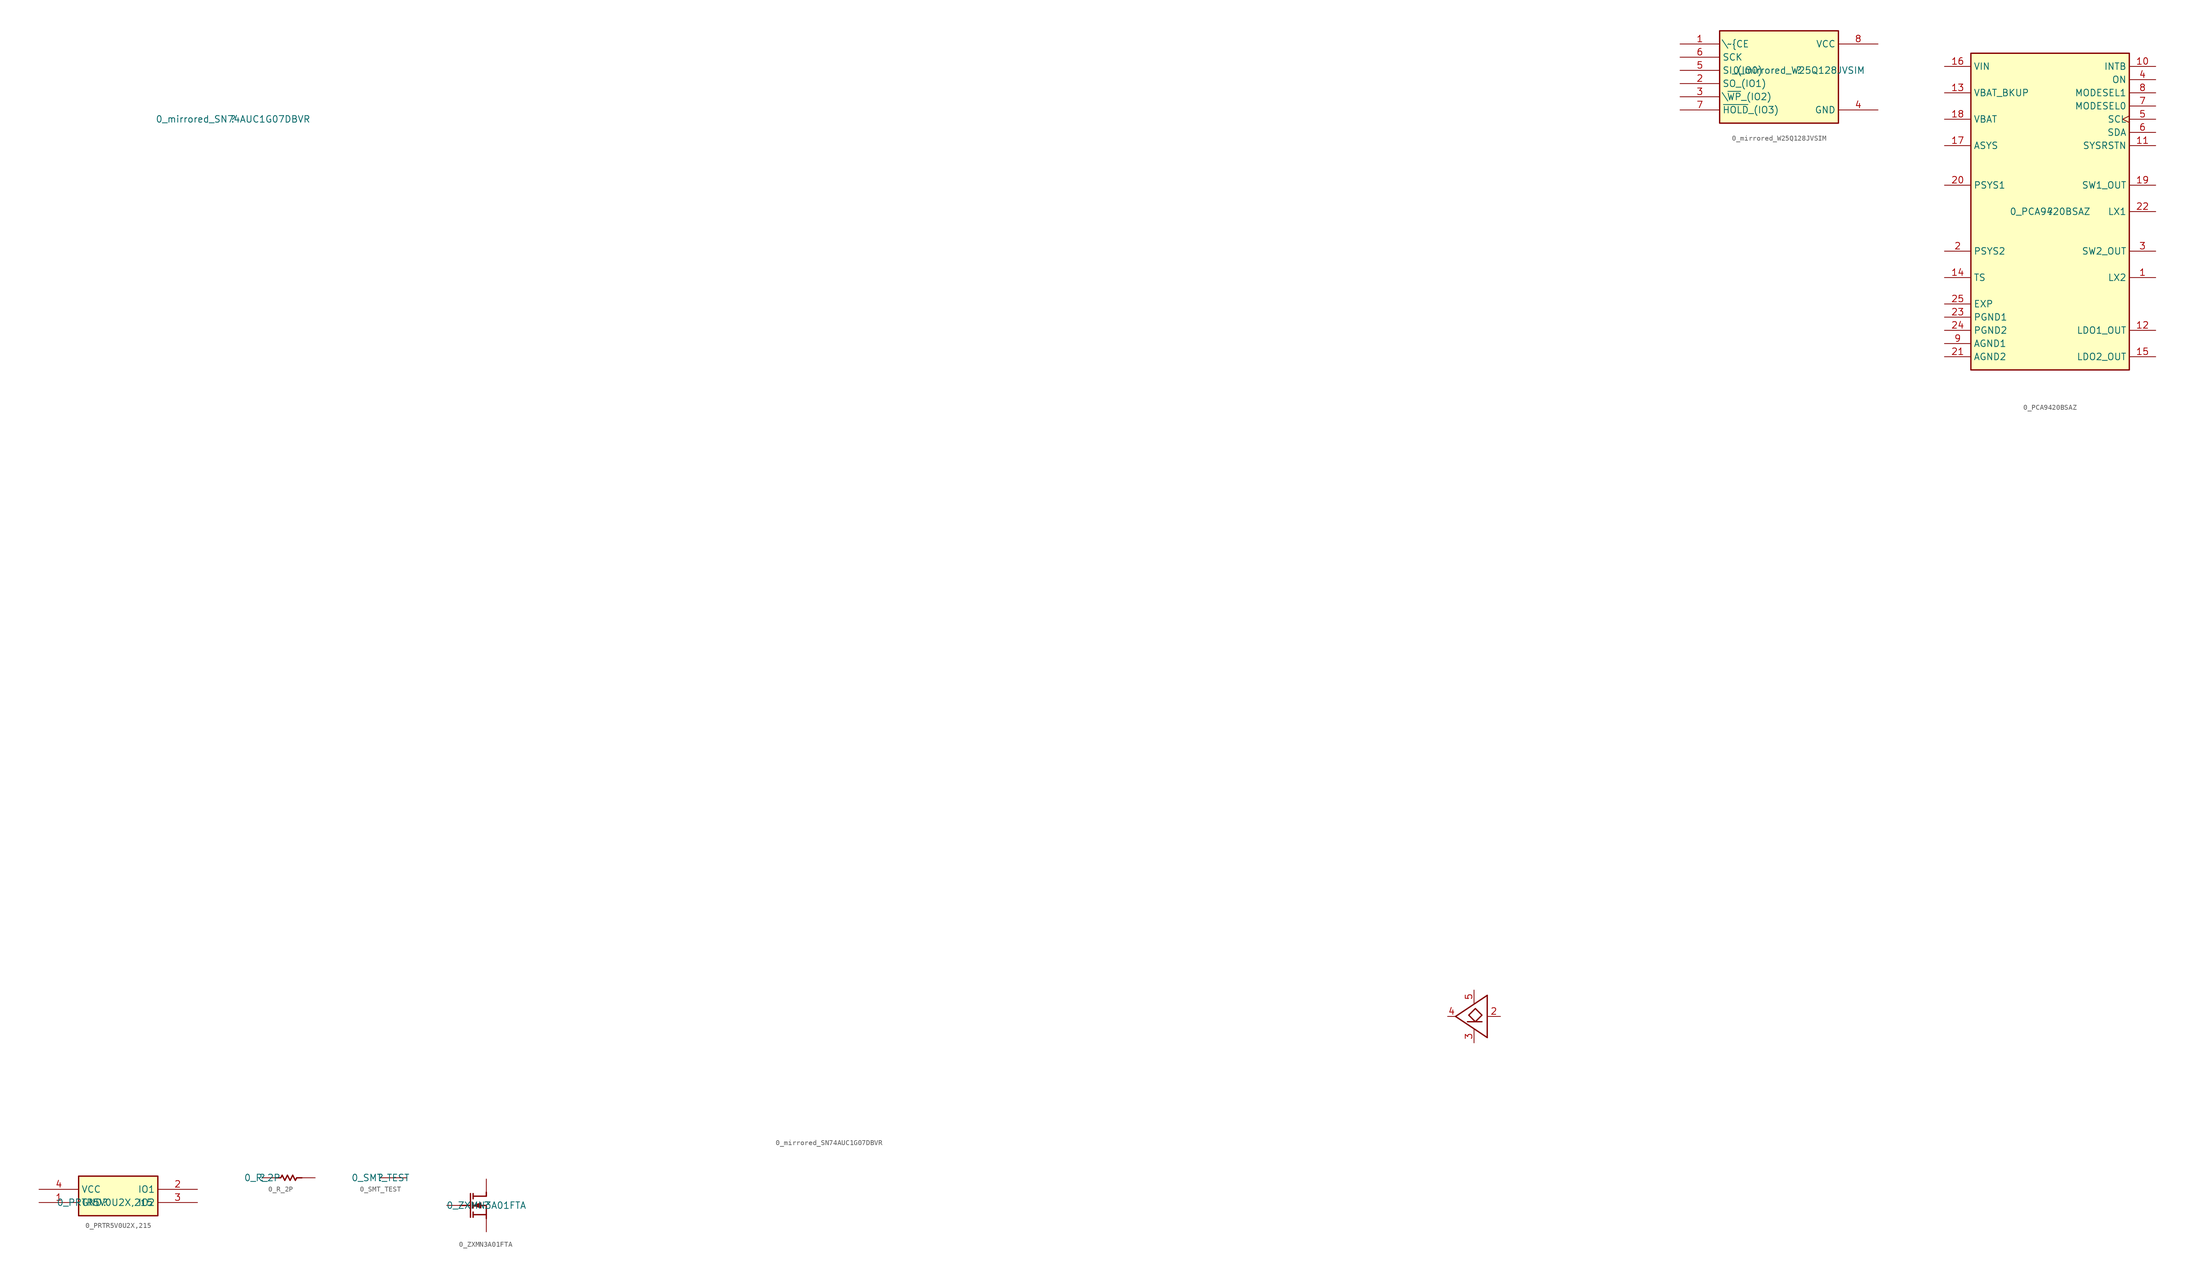
<source format=kicad_sym>
(kicad_symbol_lib
  (version 20211014)
  (generator kicad_symbol_editor)
  (symbol "0_mirrored_SN74AUC1G07DBVR"
    (property "Reference" ""
      (at 0 0 0)
      (effects (font (size 1.27 1.27))))
    (property "Value" "0_mirrored_SN74AUC1G07DBVR"
      (at 0 0 0)
      (effects (font (size 1.27 1.27))))
    (symbol "0_mirrored_SN74AUC1G07DBVR_1_0"
      (polyline (pts (xy 240.284 -173.736) (xy 237.49 -173.736)) (stroke (width 0.254) (type default) (color 0 0 0 0)) (fill (type none)))
      (polyline (pts (xy 241.3 -176.784) (xy 235.204 -172.72)) (stroke (width 0.254) (type default) (color 0 0 0 0)) (fill (type none)))
      (polyline (pts (xy 241.3 -168.656) (xy 235.204 -172.72)) (stroke (width 0.254) (type default) (color 0 0 0 0)) (fill (type none)))
      (polyline (pts (xy 241.3 -168.656) (xy 241.3 -176.784)) (stroke (width 0.254) (type default) (color 0 0 0 0)) (fill (type none)))
      (polyline (pts (xy 239.014 -171.196) (xy 240.284 -172.466) (xy 239.014 -173.736) (xy 237.744 -172.466) (xy 239.014 -171.196)) (stroke (width 0.254) (type default) (color 0 0 0 0)) (fill (type none)))
      (pin passive line (at 243.84 -172.72 180) (length 2.54) (name "A" (effects (font (size 0 0)))) (number "2" (effects (font (size 1.27 1.27)))))
      (pin passive line (at 238.76 -177.8 90) (length 2.54) (name "GND" (effects (font (size 0 0)))) (number "3" (effects (font (size 1.27 1.27)))))
      (pin passive line (at 233.68 -172.72 0) (length 1.524) (name "Y" (effects (font (size 0 0)))) (number "4" (effects (font (size 1.27 1.27)))))
      (pin passive line (at 238.76 -167.64 270) (length 2.54) (name "VCC" (effects (font (size 0 0)))) (number "5" (effects (font (size 1.27 1.27)))))))
  (symbol "0_mirrored_W25Q128JVSIM"
    (property "Reference" ""
      (at 0 0 0)
      (effects (font (size 1.27 1.27))))
    (property "Value" "0_mirrored_W25Q128JVSIM"
      (at 0 0 0)
      (effects (font (size 1.27 1.27))))
    (symbol "0_mirrored_W25Q128JVSIM_1_0"
      (rectangle (start 7.62 7.62) (end -15.24 -10.16) (stroke (width 0.254) (type default) (color 0 0 0 0)) (fill (type background)))
      (pin passive line (at -22.86 5.08 0) (length 7.62) (name "\\~{CE" (effects (font (size 1.27 1.27)))) (number "1" (effects (font (size 1.27 1.27)))))
      (pin passive line (at -22.86 -2.54 0) (length 7.62) (name "SO_(IO1)" (effects (font (size 1.27 1.27)))) (number "2" (effects (font (size 1.27 1.27)))))
      (pin passive line (at -22.86 -5.08 0) (length 7.62) (name "\\~{WP}_(IO2)" (effects (font (size 1.27 1.27)))) (number "3" (effects (font (size 1.27 1.27)))))
      (pin passive line (at 15.24 -7.62 180) (length 7.62) (name "GND" (effects (font (size 1.27 1.27)))) (number "4" (effects (font (size 1.27 1.27)))))
      (pin passive line (at -22.86 0 0) (length 7.62) (name "SI_(IO0)" (effects (font (size 1.27 1.27)))) (number "5" (effects (font (size 1.27 1.27)))))
      (pin passive line (at -22.86 2.54 0) (length 7.62) (name "SCK" (effects (font (size 1.27 1.27)))) (number "6" (effects (font (size 1.27 1.27)))))
      (pin passive line (at -22.86 -7.62 0) (length 7.62) (name "~{HOLD}_(IO3)" (effects (font (size 1.27 1.27)))) (number "7" (effects (font (size 1.27 1.27)))))
      (pin passive line (at 15.24 5.08 180) (length 7.62) (name "VCC" (effects (font (size 1.27 1.27)))) (number "8" (effects (font (size 1.27 1.27)))))))
  (symbol "0_PCA9420BSAZ"
    (property "Reference" ""
      (at 0 0 0)
      (effects (font (size 1.27 1.27))))
    (property "Value" "0_PCA9420BSAZ"
      (at 0 0 0)
      (effects (font (size 1.27 1.27))))
    (symbol "0_PCA9420BSAZ_1_0"
      (rectangle (start 15.24 30.48) (end -15.24 -30.48) (stroke (width 0.254) (type default) (color 0 0 0 0)) (fill (type background)))
      (pin power_in line (at 20.32 -12.7 180) (length 5.08) (name "LX2" (effects (font (size 1.27 1.27)))) (number "1" (effects (font (size 1.27 1.27)))))
      (pin output line (at 20.32 27.94 180) (length 5.08) (name "INTB" (effects (font (size 1.27 1.27)))) (number "10" (effects (font (size 1.27 1.27)))))
      (pin output line (at 20.32 12.7 180) (length 5.08) (name "SYSRSTN" (effects (font (size 1.27 1.27)))) (number "11" (effects (font (size 1.27 1.27)))))
      (pin power_in line (at 20.32 -22.86 180) (length 5.08) (name "LDO1_OUT" (effects (font (size 1.27 1.27)))) (number "12" (effects (font (size 1.27 1.27)))))
      (pin power_in line (at -20.32 22.86 0) (length 5.08) (name "VBAT_BKUP" (effects (font (size 1.27 1.27)))) (number "13" (effects (font (size 1.27 1.27)))))
      (pin input line (at -20.32 -12.7 0) (length 5.08) (name "TS" (effects (font (size 1.27 1.27)))) (number "14" (effects (font (size 1.27 1.27)))))
      (pin power_in line (at 20.32 -27.94 180) (length 5.08) (name "LDO2_OUT" (effects (font (size 1.27 1.27)))) (number "15" (effects (font (size 1.27 1.27)))))
      (pin power_in line (at -20.32 27.94 0) (length 5.08) (name "VIN" (effects (font (size 1.27 1.27)))) (number "16" (effects (font (size 1.27 1.27)))))
      (pin power_in line (at -20.32 12.7 0) (length 5.08) (name "ASYS" (effects (font (size 1.27 1.27)))) (number "17" (effects (font (size 1.27 1.27)))))
      (pin power_in line (at -20.32 17.78 0) (length 5.08) (name "VBAT" (effects (font (size 1.27 1.27)))) (number "18" (effects (font (size 1.27 1.27)))))
      (pin input line (at 20.32 5.08 180) (length 5.08) (name "SW1_OUT" (effects (font (size 1.27 1.27)))) (number "19" (effects (font (size 1.27 1.27)))))
      (pin power_in line (at -20.32 -7.62 0) (length 5.08) (name "PSYS2" (effects (font (size 1.27 1.27)))) (number "2" (effects (font (size 1.27 1.27)))))
      (pin power_in line (at -20.32 5.08 0) (length 5.08) (name "PSYS1" (effects (font (size 1.27 1.27)))) (number "20" (effects (font (size 1.27 1.27)))))
      (pin power_in line (at -20.32 -27.94 0) (length 5.08) (name "AGND2" (effects (font (size 1.27 1.27)))) (number "21" (effects (font (size 1.27 1.27)))))
      (pin power_in line (at 20.32 0 180) (length 5.08) (name "LX1" (effects (font (size 1.27 1.27)))) (number "22" (effects (font (size 1.27 1.27)))))
      (pin power_in line (at -20.32 -20.32 0) (length 5.08) (name "PGND1" (effects (font (size 1.27 1.27)))) (number "23" (effects (font (size 1.27 1.27)))))
      (pin power_in line (at -20.32 -22.86 0) (length 5.08) (name "PGND2" (effects (font (size 1.27 1.27)))) (number "24" (effects (font (size 1.27 1.27)))))
      (pin power_in line (at -20.32 -17.78 0) (length 5.08) (name "EXP" (effects (font (size 1.27 1.27)))) (number "25" (effects (font (size 1.27 1.27)))))
      (pin input line (at 20.32 -7.62 180) (length 5.08) (name "SW2_OUT" (effects (font (size 1.27 1.27)))) (number "3" (effects (font (size 1.27 1.27)))))
      (pin input line (at 20.32 25.4 180) (length 5.08) (name "ON" (effects (font (size 1.27 1.27)))) (number "4" (effects (font (size 1.27 1.27)))))
      (pin input clock (at 20.32 17.78 180) (length 5.08) (name "SCL" (effects (font (size 1.27 1.27)))) (number "5" (effects (font (size 1.27 1.27)))))
      (pin bidirectional line (at 20.32 15.24 180) (length 5.08) (name "SDA" (effects (font (size 1.27 1.27)))) (number "6" (effects (font (size 1.27 1.27)))))
      (pin input line (at 20.32 20.32 180) (length 5.08) (name "MODESEL0" (effects (font (size 1.27 1.27)))) (number "7" (effects (font (size 1.27 1.27)))))
      (pin input line (at 20.32 22.86 180) (length 5.08) (name "MODESEL1" (effects (font (size 1.27 1.27)))) (number "8" (effects (font (size 1.27 1.27)))))
      (pin power_in line (at -20.32 -25.4 0) (length 5.08) (name "AGND1" (effects (font (size 1.27 1.27)))) (number "9" (effects (font (size 1.27 1.27)))))))
  (symbol "0_PRTR5V0U2X,215"
    (property "Reference" ""
      (at 0 0 0)
      (effects (font (size 1.27 1.27))))
    (property "Value" "0_PRTR5V0U2X,215"
      (at 0 0 0)
      (effects (font (size 1.27 1.27))))
    (symbol "0_PRTR5V0U2X,215_1_0"
      (rectangle (start 10.16 5.08) (end -5.08 -2.54) (stroke (width 0.254) (type default) (color 0 0 0 0)) (fill (type background)))
      (pin passive line (at -12.7 0 0) (length 7.62) (name "GND" (effects (font (size 1.27 1.27)))) (number "1" (effects (font (size 1.27 1.27)))))
      (pin passive line (at 17.78 2.54 180) (length 7.62) (name "IO1" (effects (font (size 1.27 1.27)))) (number "2" (effects (font (size 1.27 1.27)))))
      (pin passive line (at 17.78 0 180) (length 7.62) (name "IO2" (effects (font (size 1.27 1.27)))) (number "3" (effects (font (size 1.27 1.27)))))
      (pin passive line (at -12.7 2.54 0) (length 7.62) (name "VCC" (effects (font (size 1.27 1.27)))) (number "4" (effects (font (size 1.27 1.27)))))))
  (symbol "0_R_2P"
    (property "Reference" ""
      (at 0 0 0)
      (effects (font (size 1.27 1.27))))
    (property "Value" "0_R_2P"
      (at 0 0 0)
      (effects (font (size 1.27 1.27))))
    (symbol "0_R_2P_1_0"
      (polyline (pts (xy 7.62 0) (xy 6.604 0) (xy 6.35 -0.508) (xy 5.842 0.508) (xy 5.334 -0.508) (xy 4.826 0.508) (xy 4.318 -0.508) (xy 3.81 0.508) (xy 3.556 0) (xy 2.54 0)) (stroke (width 0.254) (type default) (color 0 0 0 0)) (fill (type none)))
      (pin passive line (at 0 0 0) (length 2.54) (name "1" (effects (font (size 0 0)))) (number "1" (effects (font (size 0 0)))))
      (pin passive line (at 10.16 0 180) (length 2.54) (name "2" (effects (font (size 0 0)))) (number "2" (effects (font (size 0 0)))))))
  (symbol "0_SMT_TEST"
    (property "Reference" ""
      (at 0 0 0)
      (effects (font (size 1.27 1.27))))
    (property "Value" "0_SMT_TEST"
      (at 0 0 0)
      (effects (font (size 1.27 1.27))))
    (symbol "0_SMT_TEST_1_0"
      (pin passive line (at 5.08 0 180) (length 5.08) (name "1" (effects (font (size 0 0)))) (number "1" (effects (font (size 0 0)))))))
  (symbol "0_ZXMN3A01FTA"
    (property "Reference" ""
      (at 0 0 0)
      (effects (font (size 1.27 1.27))))
    (property "Value" "0_ZXMN3A01FTA"
      (at 0 0 0)
      (effects (font (size 1.27 1.27))))
    (symbol "0_ZXMN3A01FTA_1_0"
      (polyline (pts (xy -5.08 0) (xy -3.048 0)) (stroke (width 0.254) (type default) (color 0 0 0 0)) (fill (type none)))
      (polyline (pts (xy -3.048 2.286) (xy -3.048 -2.286)) (stroke (width 0.254) (type default) (color 0 0 0 0)) (fill (type none)))
      (polyline (pts (xy -2.54 -2.286) (xy -2.54 -1.27)) (stroke (width 0.254) (type default) (color 0 0 0 0)) (fill (type none)))
      (polyline (pts (xy -2.54 -0.508) (xy -2.54 0.508)) (stroke (width 0.254) (type default) (color 0 0 0 0)) (fill (type none)))
      (polyline (pts (xy -2.54 2.286) (xy -2.54 1.27)) (stroke (width 0.254) (type default) (color 0 0 0 0)) (fill (type none)))
      (polyline (pts (xy 0 -1.778) (xy -2.54 -1.778)) (stroke (width 0.254) (type default) (color 0 0 0 0)) (fill (type none)))
      (polyline (pts (xy 0 0) (xy -2.54 0)) (stroke (width 0.254) (type default) (color 0 0 0 0)) (fill (type none)))
      (polyline (pts (xy 0 0) (xy 0 -2.54)) (stroke (width 0.254) (type default) (color 0 0 0 0)) (fill (type none)))
      (polyline (pts (xy 0 1.778) (xy -2.54 1.778)) (stroke (width 0.254) (type default) (color 0 0 0 0)) (fill (type none)))
      (polyline (pts (xy 0 1.778) (xy 0 2.54)) (stroke (width 0.254) (type default) (color 0 0 0 0)) (fill (type none)))
      (polyline (pts (xy 0 1.778) (xy 0 2.54)) (stroke (width 0.254) (type default) (color 0 0 0 0)) (fill (type none)))
      (polyline (pts (xy -2.54 0) (xy -1.016 -0.508) (xy -1.016 0.508) (xy -2.54 0)) (stroke (width 0) (type default) (color 0 0 0 0)) (fill (type outline)))
      (pin passive line (at -7.62 0 0) (length 2.54) (name "G" (effects (font (size 0 0)))) (number "1" (effects (font (size 0 0)))))
      (pin passive line (at 0 -5.08 90) (length 2.54) (name "2" (effects (font (size 0 0)))) (number "2" (effects (font (size 0 0)))))
      (pin passive line (at 0 5.08 270) (length 2.54) (name "D" (effects (font (size 0 0)))) (number "3" (effects (font (size 0 0))))))))
</source>
